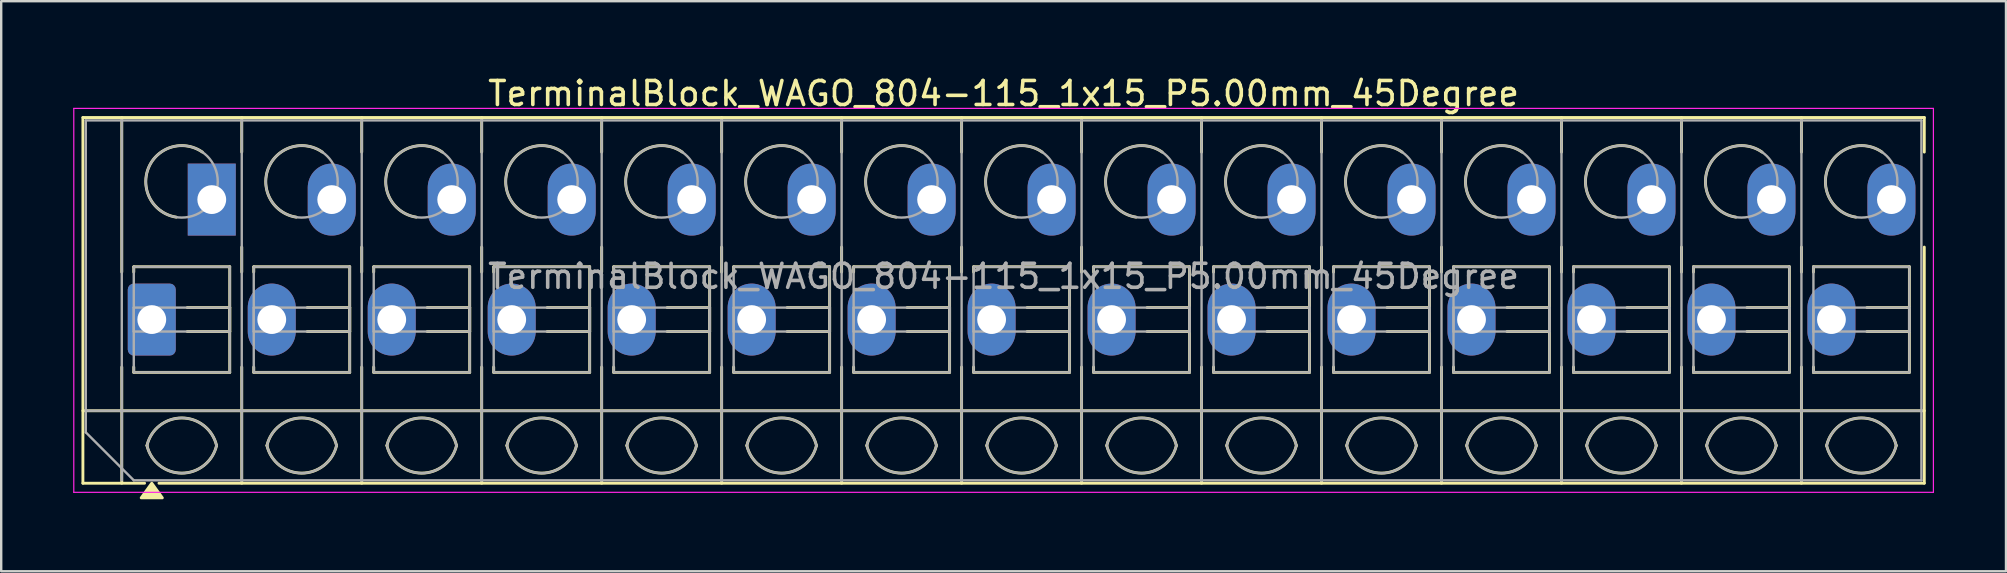
<source format=kicad_pcb>
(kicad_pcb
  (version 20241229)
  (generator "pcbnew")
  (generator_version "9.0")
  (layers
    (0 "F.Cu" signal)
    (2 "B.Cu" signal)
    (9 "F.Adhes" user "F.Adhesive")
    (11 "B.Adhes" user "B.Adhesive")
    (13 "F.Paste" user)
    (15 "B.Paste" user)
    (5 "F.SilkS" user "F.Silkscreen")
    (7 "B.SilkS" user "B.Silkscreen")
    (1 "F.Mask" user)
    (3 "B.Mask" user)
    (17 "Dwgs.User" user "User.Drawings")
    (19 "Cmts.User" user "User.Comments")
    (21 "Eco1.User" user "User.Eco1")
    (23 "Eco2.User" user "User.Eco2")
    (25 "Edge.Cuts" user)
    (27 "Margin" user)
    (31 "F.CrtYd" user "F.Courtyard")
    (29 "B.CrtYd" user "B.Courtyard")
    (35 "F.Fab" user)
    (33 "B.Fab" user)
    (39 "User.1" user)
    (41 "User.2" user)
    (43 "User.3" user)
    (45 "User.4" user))
  (footprint "TerminalBlock_WAGO_804-115_1x15_P5.00mm_45Degree"
    (layer "F.Cu")
    (at 3.275 10.268)
    (property "Reference" "TerminalBlock_WAGO_804-115_1x15_P5.00mm_45Degree" (at 35.5 -9.42 0) (layer "F.SilkS") (effects (font (size 1 1) (thickness 0.15))))
    (attr through_hole)
    (fp_line (start -2.87 -8.42) (end -2.87 6.82) (stroke (width 0.12) (type solid)) (layer "F.SilkS"))
    (fp_line (start -2.87 -8.42) (end 73.87 -8.42) (stroke (width 0.12) (type solid)) (layer "F.SilkS"))
    (fp_line (start -2.87 3.8) (end 73.87 3.8) (stroke (width 0.12) (type solid)) (layer "F.SilkS"))
    (fp_line (start -2.87 6.82) (end -0.3 6.82) (stroke (width 0.12) (type solid)) (layer "F.SilkS"))
    (fp_line (start -1.25 -8.42) (end -1.25 -1.98) (stroke (width 0.12) (type solid)) (layer "F.SilkS"))
    (fp_line (start -1.25 1.98) (end -1.25 6.82) (stroke (width 0.12) (type solid)) (layer "F.SilkS"))
    (fp_line (start -0.75 -2.2) (end -0.75 -1.98) (stroke (width 0.12) (type solid)) (layer "F.SilkS"))
    (fp_line (start -0.75 -2.2) (end 3.25 -2.2) (stroke (width 0.12) (type solid)) (layer "F.SilkS"))
    (fp_line (start -0.75 1.98) (end -0.75 2.2) (stroke (width 0.12) (type solid)) (layer "F.SilkS"))
    (fp_line (start -0.75 2.2) (end 3.25 2.2) (stroke (width 0.12) (type solid)) (layer "F.SilkS"))
    (fp_line (start 0.3 6.82) (end 73.87 6.82) (stroke (width 0.12) (type solid)) (layer "F.SilkS"))
    (fp_line (start 1.48 -0.5) (end 3.25 -0.5) (stroke (width 0.12) (type solid)) (layer "F.SilkS"))
    (fp_line (start 1.48 0.5) (end 3.25 0.5) (stroke (width 0.12) (type solid)) (layer "F.SilkS"))
    (fp_line (start 3.25 -2.2) (end 3.25 2.2) (stroke (width 0.12) (type solid)) (layer "F.SilkS"))
    (fp_line (start 3.25 -0.5) (end 3.25 0.5) (stroke (width 0.12) (type solid)) (layer "F.SilkS"))
    (fp_line (start 3.75 -8.42) (end 3.75 -6.98) (stroke (width 0.12) (type solid)) (layer "F.SilkS"))
    (fp_line (start 3.75 -3.02) (end 3.75 -1.98) (stroke (width 0.12) (type solid)) (layer "F.SilkS"))
    (fp_line (start 3.75 1.98) (end 3.75 6.82) (stroke (width 0.12) (type solid)) (layer "F.SilkS"))
    (fp_line (start 4.25 -2.2) (end 4.25 -1.98) (stroke (width 0.12) (type solid)) (layer "F.SilkS"))
    (fp_line (start 4.25 -2.2) (end 8.25 -2.2) (stroke (width 0.12) (type solid)) (layer "F.SilkS"))
    (fp_line (start 4.25 1.98) (end 4.25 2.2) (stroke (width 0.12) (type solid)) (layer "F.SilkS"))
    (fp_line (start 4.25 2.2) (end 8.25 2.2) (stroke (width 0.12) (type solid)) (layer "F.SilkS"))
    (fp_line (start 6.48 -0.5) (end 8.25 -0.5) (stroke (width 0.12) (type solid)) (layer "F.SilkS"))
    (fp_line (start 6.48 0.5) (end 8.25 0.5) (stroke (width 0.12) (type solid)) (layer "F.SilkS"))
    (fp_line (start 8.25 -2.2) (end 8.25 2.2) (stroke (width 0.12) (type solid)) (layer "F.SilkS"))
    (fp_line (start 8.25 -0.5) (end 8.25 0.5) (stroke (width 0.12) (type solid)) (layer "F.SilkS"))
    (fp_line (start 8.75 -8.42) (end 8.75 -6.98) (stroke (width 0.12) (type solid)) (layer "F.SilkS"))
    (fp_line (start 8.75 -3.02) (end 8.75 -1.98) (stroke (width 0.12) (type solid)) (layer "F.SilkS"))
    (fp_line (start 8.75 1.98) (end 8.75 6.82) (stroke (width 0.12) (type solid)) (layer "F.SilkS"))
    (fp_line (start 9.25 -2.2) (end 9.25 -1.98) (stroke (width 0.12) (type solid)) (layer "F.SilkS"))
    (fp_line (start 9.25 -2.2) (end 13.25 -2.2) (stroke (width 0.12) (type solid)) (layer "F.SilkS"))
    (fp_line (start 9.25 1.98) (end 9.25 2.2) (stroke (width 0.12) (type solid)) (layer "F.SilkS"))
    (fp_line (start 9.25 2.2) (end 13.25 2.2) (stroke (width 0.12) (type solid)) (layer "F.SilkS"))
    (fp_line (start 11.48 -0.5) (end 13.25 -0.5) (stroke (width 0.12) (type solid)) (layer "F.SilkS"))
    (fp_line (start 11.48 0.5) (end 13.25 0.5) (stroke (width 0.12) (type solid)) (layer "F.SilkS"))
    (fp_line (start 13.25 -2.2) (end 13.25 2.2) (stroke (width 0.12) (type solid)) (layer "F.SilkS"))
    (fp_line (start 13.25 -0.5) (end 13.25 0.5) (stroke (width 0.12) (type solid)) (layer "F.SilkS"))
    (fp_line (start 13.75 -8.42) (end 13.75 -6.98) (stroke (width 0.12) (type solid)) (layer "F.SilkS"))
    (fp_line (start 13.75 -3.02) (end 13.75 -1.98) (stroke (width 0.12) (type solid)) (layer "F.SilkS"))
    (fp_line (start 13.75 1.98) (end 13.75 6.82) (stroke (width 0.12) (type solid)) (layer "F.SilkS"))
    (fp_line (start 14.25 -2.2) (end 14.25 -1.98) (stroke (width 0.12) (type solid)) (layer "F.SilkS"))
    (fp_line (start 14.25 -2.2) (end 18.25 -2.2) (stroke (width 0.12) (type solid)) (layer "F.SilkS"))
    (fp_line (start 14.25 1.98) (end 14.25 2.2) (stroke (width 0.12) (type solid)) (layer "F.SilkS"))
    (fp_line (start 14.25 2.2) (end 18.25 2.2) (stroke (width 0.12) (type solid)) (layer "F.SilkS"))
    (fp_line (start 16.48 -0.5) (end 18.25 -0.5) (stroke (width 0.12) (type solid)) (layer "F.SilkS"))
    (fp_line (start 16.48 0.5) (end 18.25 0.5) (stroke (width 0.12) (type solid)) (layer "F.SilkS"))
    (fp_line (start 18.25 -2.2) (end 18.25 2.2) (stroke (width 0.12) (type solid)) (layer "F.SilkS"))
    (fp_line (start 18.25 -0.5) (end 18.25 0.5) (stroke (width 0.12) (type solid)) (layer "F.SilkS"))
    (fp_line (start 18.75 -8.42) (end 18.75 -6.98) (stroke (width 0.12) (type solid)) (layer "F.SilkS"))
    (fp_line (start 18.75 -3.02) (end 18.75 -1.98) (stroke (width 0.12) (type solid)) (layer "F.SilkS"))
    (fp_line (start 18.75 1.98) (end 18.75 6.82) (stroke (width 0.12) (type solid)) (layer "F.SilkS"))
    (fp_line (start 19.25 -2.2) (end 19.25 -1.98) (stroke (width 0.12) (type solid)) (layer "F.SilkS"))
    (fp_line (start 19.25 -2.2) (end 23.25 -2.2) (stroke (width 0.12) (type solid)) (layer "F.SilkS"))
    (fp_line (start 19.25 1.98) (end 19.25 2.2) (stroke (width 0.12) (type solid)) (layer "F.SilkS"))
    (fp_line (start 19.25 2.2) (end 23.25 2.2) (stroke (width 0.12) (type solid)) (layer "F.SilkS"))
    (fp_line (start 21.48 -0.5) (end 23.25 -0.5) (stroke (width 0.12) (type solid)) (layer "F.SilkS"))
    (fp_line (start 21.48 0.5) (end 23.25 0.5) (stroke (width 0.12) (type solid)) (layer "F.SilkS"))
    (fp_line (start 23.25 -2.2) (end 23.25 2.2) (stroke (width 0.12) (type solid)) (layer "F.SilkS"))
    (fp_line (start 23.25 -0.5) (end 23.25 0.5) (stroke (width 0.12) (type solid)) (layer "F.SilkS"))
    (fp_line (start 23.75 -8.42) (end 23.75 -6.98) (stroke (width 0.12) (type solid)) (layer "F.SilkS"))
    (fp_line (start 23.75 -3.02) (end 23.75 -1.98) (stroke (width 0.12) (type solid)) (layer "F.SilkS"))
    (fp_line (start 23.75 1.98) (end 23.75 6.82) (stroke (width 0.12) (type solid)) (layer "F.SilkS"))
    (fp_line (start 24.25 -2.2) (end 24.25 -1.98) (stroke (width 0.12) (type solid)) (layer "F.SilkS"))
    (fp_line (start 24.25 -2.2) (end 28.25 -2.2) (stroke (width 0.12) (type solid)) (layer "F.SilkS"))
    (fp_line (start 24.25 1.98) (end 24.25 2.2) (stroke (width 0.12) (type solid)) (layer "F.SilkS"))
    (fp_line (start 24.25 2.2) (end 28.25 2.2) (stroke (width 0.12) (type solid)) (layer "F.SilkS"))
    (fp_line (start 26.48 -0.5) (end 28.25 -0.5) (stroke (width 0.12) (type solid)) (layer "F.SilkS"))
    (fp_line (start 26.48 0.5) (end 28.25 0.5) (stroke (width 0.12) (type solid)) (layer "F.SilkS"))
    (fp_line (start 28.25 -2.2) (end 28.25 2.2) (stroke (width 0.12) (type solid)) (layer "F.SilkS"))
    (fp_line (start 28.25 -0.5) (end 28.25 0.5) (stroke (width 0.12) (type solid)) (layer "F.SilkS"))
    (fp_line (start 28.75 -8.42) (end 28.75 -6.98) (stroke (width 0.12) (type solid)) (layer "F.SilkS"))
    (fp_line (start 28.75 -3.02) (end 28.75 -1.98) (stroke (width 0.12) (type solid)) (layer "F.SilkS"))
    (fp_line (start 28.75 1.98) (end 28.75 6.82) (stroke (width 0.12) (type solid)) (layer "F.SilkS"))
    (fp_line (start 29.25 -2.2) (end 29.25 -1.98) (stroke (width 0.12) (type solid)) (layer "F.SilkS"))
    (fp_line (start 29.25 -2.2) (end 33.25 -2.2) (stroke (width 0.12) (type solid)) (layer "F.SilkS"))
    (fp_line (start 29.25 1.98) (end 29.25 2.2) (stroke (width 0.12) (type solid)) (layer "F.SilkS"))
    (fp_line (start 29.25 2.2) (end 33.25 2.2) (stroke (width 0.12) (type solid)) (layer "F.SilkS"))
    (fp_line (start 31.48 -0.5) (end 33.25 -0.5) (stroke (width 0.12) (type solid)) (layer "F.SilkS"))
    (fp_line (start 31.48 0.5) (end 33.25 0.5) (stroke (width 0.12) (type solid)) (layer "F.SilkS"))
    (fp_line (start 33.25 -2.2) (end 33.25 2.2) (stroke (width 0.12) (type solid)) (layer "F.SilkS"))
    (fp_line (start 33.25 -0.5) (end 33.25 0.5) (stroke (width 0.12) (type solid)) (layer "F.SilkS"))
    (fp_line (start 33.75 -8.42) (end 33.75 -6.98) (stroke (width 0.12) (type solid)) (layer "F.SilkS"))
    (fp_line (start 33.75 -3.02) (end 33.75 -1.98) (stroke (width 0.12) (type solid)) (layer "F.SilkS"))
    (fp_line (start 33.75 1.98) (end 33.75 6.82) (stroke (width 0.12) (type solid)) (layer "F.SilkS"))
    (fp_line (start 34.25 -2.2) (end 34.25 -1.98) (stroke (width 0.12) (type solid)) (layer "F.SilkS"))
    (fp_line (start 34.25 -2.2) (end 38.25 -2.2) (stroke (width 0.12) (type solid)) (layer "F.SilkS"))
    (fp_line (start 34.25 1.98) (end 34.25 2.2) (stroke (width 0.12) (type solid)) (layer "F.SilkS"))
    (fp_line (start 34.25 2.2) (end 38.25 2.2) (stroke (width 0.12) (type solid)) (layer "F.SilkS"))
    (fp_line (start 36.48 -0.5) (end 38.25 -0.5) (stroke (width 0.12) (type solid)) (layer "F.SilkS"))
    (fp_line (start 36.48 0.5) (end 38.25 0.5) (stroke (width 0.12) (type solid)) (layer "F.SilkS"))
    (fp_line (start 38.25 -2.2) (end 38.25 2.2) (stroke (width 0.12) (type solid)) (layer "F.SilkS"))
    (fp_line (start 38.25 -0.5) (end 38.25 0.5) (stroke (width 0.12) (type solid)) (layer "F.SilkS"))
    (fp_line (start 38.75 -8.42) (end 38.75 -6.98) (stroke (width 0.12) (type solid)) (layer "F.SilkS"))
    (fp_line (start 38.75 -3.02) (end 38.75 -1.98) (stroke (width 0.12) (type solid)) (layer "F.SilkS"))
    (fp_line (start 38.75 1.98) (end 38.75 6.82) (stroke (width 0.12) (type solid)) (layer "F.SilkS"))
    (fp_line (start 39.25 -2.2) (end 39.25 -1.98) (stroke (width 0.12) (type solid)) (layer "F.SilkS"))
    (fp_line (start 39.25 -2.2) (end 43.25 -2.2) (stroke (width 0.12) (type solid)) (layer "F.SilkS"))
    (fp_line (start 39.25 1.98) (end 39.25 2.2) (stroke (width 0.12) (type solid)) (layer "F.SilkS"))
    (fp_line (start 39.25 2.2) (end 43.25 2.2) (stroke (width 0.12) (type solid)) (layer "F.SilkS"))
    (fp_line (start 41.48 -0.5) (end 43.25 -0.5) (stroke (width 0.12) (type solid)) (layer "F.SilkS"))
    (fp_line (start 41.48 0.5) (end 43.25 0.5) (stroke (width 0.12) (type solid)) (layer "F.SilkS"))
    (fp_line (start 43.25 -2.2) (end 43.25 2.2) (stroke (width 0.12) (type solid)) (layer "F.SilkS"))
    (fp_line (start 43.25 -0.5) (end 43.25 0.5) (stroke (width 0.12) (type solid)) (layer "F.SilkS"))
    (fp_line (start 43.75 -8.42) (end 43.75 -6.98) (stroke (width 0.12) (type solid)) (layer "F.SilkS"))
    (fp_line (start 43.75 -3.02) (end 43.75 -1.98) (stroke (width 0.12) (type solid)) (layer "F.SilkS"))
    (fp_line (start 43.75 1.98) (end 43.75 6.82) (stroke (width 0.12) (type solid)) (layer "F.SilkS"))
    (fp_line (start 44.25 -2.2) (end 44.25 -1.98) (stroke (width 0.12) (type solid)) (layer "F.SilkS"))
    (fp_line (start 44.25 -2.2) (end 48.25 -2.2) (stroke (width 0.12) (type solid)) (layer "F.SilkS"))
    (fp_line (start 44.25 1.98) (end 44.25 2.2) (stroke (width 0.12) (type solid)) (layer "F.SilkS"))
    (fp_line (start 44.25 2.2) (end 48.25 2.2) (stroke (width 0.12) (type solid)) (layer "F.SilkS"))
    (fp_line (start 46.48 -0.5) (end 48.25 -0.5) (stroke (width 0.12) (type solid)) (layer "F.SilkS"))
    (fp_line (start 46.48 0.5) (end 48.25 0.5) (stroke (width 0.12) (type solid)) (layer "F.SilkS"))
    (fp_line (start 48.25 -2.2) (end 48.25 2.2) (stroke (width 0.12) (type solid)) (layer "F.SilkS"))
    (fp_line (start 48.25 -0.5) (end 48.25 0.5) (stroke (width 0.12) (type solid)) (layer "F.SilkS"))
    (fp_line (start 48.75 -8.42) (end 48.75 -6.98) (stroke (width 0.12) (type solid)) (layer "F.SilkS"))
    (fp_line (start 48.75 -3.02) (end 48.75 -1.98) (stroke (width 0.12) (type solid)) (layer "F.SilkS"))
    (fp_line (start 48.75 1.98) (end 48.75 6.82) (stroke (width 0.12) (type solid)) (layer "F.SilkS"))
    (fp_line (start 49.25 -2.2) (end 49.25 -1.98) (stroke (width 0.12) (type solid)) (layer "F.SilkS"))
    (fp_line (start 49.25 -2.2) (end 53.25 -2.2) (stroke (width 0.12) (type solid)) (layer "F.SilkS"))
    (fp_line (start 49.25 1.98) (end 49.25 2.2) (stroke (width 0.12) (type solid)) (layer "F.SilkS"))
    (fp_line (start 49.25 2.2) (end 53.25 2.2) (stroke (width 0.12) (type solid)) (layer "F.SilkS"))
    (fp_line (start 51.48 -0.5) (end 53.25 -0.5) (stroke (width 0.12) (type solid)) (layer "F.SilkS"))
    (fp_line (start 51.48 0.5) (end 53.25 0.5) (stroke (width 0.12) (type solid)) (layer "F.SilkS"))
    (fp_line (start 53.25 -2.2) (end 53.25 2.2) (stroke (width 0.12) (type solid)) (layer "F.SilkS"))
    (fp_line (start 53.25 -0.5) (end 53.25 0.5) (stroke (width 0.12) (type solid)) (layer "F.SilkS"))
    (fp_line (start 53.75 -8.42) (end 53.75 -6.98) (stroke (width 0.12) (type solid)) (layer "F.SilkS"))
    (fp_line (start 53.75 -3.02) (end 53.75 -1.98) (stroke (width 0.12) (type solid)) (layer "F.SilkS"))
    (fp_line (start 53.75 1.98) (end 53.75 6.82) (stroke (width 0.12) (type solid)) (layer "F.SilkS"))
    (fp_line (start 54.25 -2.2) (end 54.25 -1.98) (stroke (width 0.12) (type solid)) (layer "F.SilkS"))
    (fp_line (start 54.25 -2.2) (end 58.25 -2.2) (stroke (width 0.12) (type solid)) (layer "F.SilkS"))
    (fp_line (start 54.25 1.98) (end 54.25 2.2) (stroke (width 0.12) (type solid)) (layer "F.SilkS"))
    (fp_line (start 54.25 2.2) (end 58.25 2.2) (stroke (width 0.12) (type solid)) (layer "F.SilkS"))
    (fp_line (start 56.48 -0.5) (end 58.25 -0.5) (stroke (width 0.12) (type solid)) (layer "F.SilkS"))
    (fp_line (start 56.48 0.5) (end 58.25 0.5) (stroke (width 0.12) (type solid)) (layer "F.SilkS"))
    (fp_line (start 58.25 -2.2) (end 58.25 2.2) (stroke (width 0.12) (type solid)) (layer "F.SilkS"))
    (fp_line (start 58.25 -0.5) (end 58.25 0.5) (stroke (width 0.12) (type solid)) (layer "F.SilkS"))
    (fp_line (start 58.75 -8.42) (end 58.75 -6.98) (stroke (width 0.12) (type solid)) (layer "F.SilkS"))
    (fp_line (start 58.75 -3.02) (end 58.75 -1.98) (stroke (width 0.12) (type solid)) (layer "F.SilkS"))
    (fp_line (start 58.75 1.98) (end 58.75 6.82) (stroke (width 0.12) (type solid)) (layer "F.SilkS"))
    (fp_line (start 59.25 -2.2) (end 59.25 -1.98) (stroke (width 0.12) (type solid)) (layer "F.SilkS"))
    (fp_line (start 59.25 -2.2) (end 63.25 -2.2) (stroke (width 0.12) (type solid)) (layer "F.SilkS"))
    (fp_line (start 59.25 1.98) (end 59.25 2.2) (stroke (width 0.12) (type solid)) (layer "F.SilkS"))
    (fp_line (start 59.25 2.2) (end 63.25 2.2) (stroke (width 0.12) (type solid)) (layer "F.SilkS"))
    (fp_line (start 61.48 -0.5) (end 63.25 -0.5) (stroke (width 0.12) (type solid)) (layer "F.SilkS"))
    (fp_line (start 61.48 0.5) (end 63.25 0.5) (stroke (width 0.12) (type solid)) (layer "F.SilkS"))
    (fp_line (start 63.25 -2.2) (end 63.25 2.2) (stroke (width 0.12) (type solid)) (layer "F.SilkS"))
    (fp_line (start 63.25 -0.5) (end 63.25 0.5) (stroke (width 0.12) (type solid)) (layer "F.SilkS"))
    (fp_line (start 63.75 -8.42) (end 63.75 -6.98) (stroke (width 0.12) (type solid)) (layer "F.SilkS"))
    (fp_line (start 63.75 -3.02) (end 63.75 -1.98) (stroke (width 0.12) (type solid)) (layer "F.SilkS"))
    (fp_line (start 63.75 1.98) (end 63.75 6.82) (stroke (width 0.12) (type solid)) (layer "F.SilkS"))
    (fp_line (start 64.25 -2.2) (end 64.25 -1.98) (stroke (width 0.12) (type solid)) (layer "F.SilkS"))
    (fp_line (start 64.25 -2.2) (end 68.25 -2.2) (stroke (width 0.12) (type solid)) (layer "F.SilkS"))
    (fp_line (start 64.25 1.98) (end 64.25 2.2) (stroke (width 0.12) (type solid)) (layer "F.SilkS"))
    (fp_line (start 64.25 2.2) (end 68.25 2.2) (stroke (width 0.12) (type solid)) (layer "F.SilkS"))
    (fp_line (start 66.48 -0.5) (end 68.25 -0.5) (stroke (width 0.12) (type solid)) (layer "F.SilkS"))
    (fp_line (start 66.48 0.5) (end 68.25 0.5) (stroke (width 0.12) (type solid)) (layer "F.SilkS"))
    (fp_line (start 68.25 -2.2) (end 68.25 2.2) (stroke (width 0.12) (type solid)) (layer "F.SilkS"))
    (fp_line (start 68.25 -0.5) (end 68.25 0.5) (stroke (width 0.12) (type solid)) (layer "F.SilkS"))
    (fp_line (start 68.75 -8.42) (end 68.75 -6.98) (stroke (width 0.12) (type solid)) (layer "F.SilkS"))
    (fp_line (start 68.75 -3.02) (end 68.75 -1.98) (stroke (width 0.12) (type solid)) (layer "F.SilkS"))
    (fp_line (start 68.75 1.98) (end 68.75 6.82) (stroke (width 0.12) (type solid)) (layer "F.SilkS"))
    (fp_line (start 69.25 -2.2) (end 69.25 -1.98) (stroke (width 0.12) (type solid)) (layer "F.SilkS"))
    (fp_line (start 69.25 -2.2) (end 73.25 -2.2) (stroke (width 0.12) (type solid)) (layer "F.SilkS"))
    (fp_line (start 69.25 1.98) (end 69.25 2.2) (stroke (width 0.12) (type solid)) (layer "F.SilkS"))
    (fp_line (start 69.25 2.2) (end 73.25 2.2) (stroke (width 0.12) (type solid)) (layer "F.SilkS"))
    (fp_line (start 71.48 -0.5) (end 73.25 -0.5) (stroke (width 0.12) (type solid)) (layer "F.SilkS"))
    (fp_line (start 71.48 0.5) (end 73.25 0.5) (stroke (width 0.12) (type solid)) (layer "F.SilkS"))
    (fp_line (start 73.25 -2.2) (end 73.25 2.2) (stroke (width 0.12) (type solid)) (layer "F.SilkS"))
    (fp_line (start 73.25 -0.5) (end 73.25 0.5) (stroke (width 0.12) (type solid)) (layer "F.SilkS"))
    (fp_line (start 73.87 -8.42) (end 73.87 -6.98) (stroke (width 0.12) (type solid)) (layer "F.SilkS"))
    (fp_line (start 73.87 -3.02) (end 73.87 6.82) (stroke (width 0.12) (type solid)) (layer "F.SilkS"))
    (fp_arc (start -0.2 5.25) (mid 1.25 4.1) (end 2.7 5.25) (stroke (width 0.12) (type solid)) (layer "F.SilkS"))
    (fp_arc (start 1.02 -4.268) (mid -0.141916 -6.309209) (end 2.109 -6.98) (stroke (width 0.12) (type solid)) (layer "F.SilkS"))
    (fp_arc (start 2.7 5.25) (mid 1.25 6.4) (end -0.2 5.25) (stroke (width 0.12) (type solid)) (layer "F.SilkS"))
    (fp_arc (start 4.8 5.25) (mid 6.25 4.1) (end 7.7 5.25) (stroke (width 0.12) (type solid)) (layer "F.SilkS"))
    (fp_arc (start 6.02 -4.268) (mid 4.858084 -6.309209) (end 7.109 -6.98) (stroke (width 0.12) (type solid)) (layer "F.SilkS"))
    (fp_arc (start 7.7 5.25) (mid 6.25 6.4) (end 4.8 5.25) (stroke (width 0.12) (type solid)) (layer "F.SilkS"))
    (fp_arc (start 9.8 5.25) (mid 11.25 4.1) (end 12.7 5.25) (stroke (width 0.12) (type solid)) (layer "F.SilkS"))
    (fp_arc (start 11.02 -4.268) (mid 9.858084 -6.309209) (end 12.109 -6.98) (stroke (width 0.12) (type solid)) (layer "F.SilkS"))
    (fp_arc (start 12.7 5.25) (mid 11.25 6.4) (end 9.8 5.25) (stroke (width 0.12) (type solid)) (layer "F.SilkS"))
    (fp_arc (start 14.8 5.25) (mid 16.25 4.1) (end 17.7 5.25) (stroke (width 0.12) (type solid)) (layer "F.SilkS"))
    (fp_arc (start 16.02 -4.268) (mid 14.858084 -6.309209) (end 17.109 -6.98) (stroke (width 0.12) (type solid)) (layer "F.SilkS"))
    (fp_arc (start 17.7 5.25) (mid 16.25 6.4) (end 14.8 5.25) (stroke (width 0.12) (type solid)) (layer "F.SilkS"))
    (fp_arc (start 19.8 5.25) (mid 21.25 4.1) (end 22.7 5.25) (stroke (width 0.12) (type solid)) (layer "F.SilkS"))
    (fp_arc (start 21.02 -4.268) (mid 19.858084 -6.309209) (end 22.109 -6.98) (stroke (width 0.12) (type solid)) (layer "F.SilkS"))
    (fp_arc (start 22.7 5.25) (mid 21.25 6.4) (end 19.8 5.25) (stroke (width 0.12) (type solid)) (layer "F.SilkS"))
    (fp_arc (start 24.8 5.25) (mid 26.25 4.1) (end 27.7 5.25) (stroke (width 0.12) (type solid)) (layer "F.SilkS"))
    (fp_arc (start 26.02 -4.268) (mid 24.858084 -6.309209) (end 27.109 -6.98) (stroke (width 0.12) (type solid)) (layer "F.SilkS"))
    (fp_arc (start 27.7 5.25) (mid 26.25 6.4) (end 24.8 5.25) (stroke (width 0.12) (type solid)) (layer "F.SilkS"))
    (fp_arc (start 29.8 5.25) (mid 31.25 4.1) (end 32.7 5.25) (stroke (width 0.12) (type solid)) (layer "F.SilkS"))
    (fp_arc (start 31.02 -4.268) (mid 29.858084 -6.309209) (end 32.109 -6.98) (stroke (width 0.12) (type solid)) (layer "F.SilkS"))
    (fp_arc (start 32.7 5.25) (mid 31.25 6.4) (end 29.8 5.25) (stroke (width 0.12) (type solid)) (layer "F.SilkS"))
    (fp_arc (start 34.8 5.25) (mid 36.25 4.1) (end 37.7 5.25) (stroke (width 0.12) (type solid)) (layer "F.SilkS"))
    (fp_arc (start 36.02 -4.268) (mid 34.858084 -6.309209) (end 37.109 -6.98) (stroke (width 0.12) (type solid)) (layer "F.SilkS"))
    (fp_arc (start 37.7 5.25) (mid 36.25 6.4) (end 34.8 5.25) (stroke (width 0.12) (type solid)) (layer "F.SilkS"))
    (fp_arc (start 39.8 5.25) (mid 41.25 4.1) (end 42.7 5.25) (stroke (width 0.12) (type solid)) (layer "F.SilkS"))
    (fp_arc (start 41.02 -4.268) (mid 39.858084 -6.309209) (end 42.109 -6.98) (stroke (width 0.12) (type solid)) (layer "F.SilkS"))
    (fp_arc (start 42.7 5.25) (mid 41.25 6.4) (end 39.8 5.25) (stroke (width 0.12) (type solid)) (layer "F.SilkS"))
    (fp_arc (start 44.8 5.25) (mid 46.25 4.1) (end 47.7 5.25) (stroke (width 0.12) (type solid)) (layer "F.SilkS"))
    (fp_arc (start 46.02 -4.268) (mid 44.858084 -6.309209) (end 47.109 -6.98) (stroke (width 0.12) (type solid)) (layer "F.SilkS"))
    (fp_arc (start 47.7 5.25) (mid 46.25 6.4) (end 44.8 5.25) (stroke (width 0.12) (type solid)) (layer "F.SilkS"))
    (fp_arc (start 49.8 5.25) (mid 51.25 4.1) (end 52.7 5.25) (stroke (width 0.12) (type solid)) (layer "F.SilkS"))
    (fp_arc (start 51.02 -4.268) (mid 49.858084 -6.309209) (end 52.109 -6.98) (stroke (width 0.12) (type solid)) (layer "F.SilkS"))
    (fp_arc (start 52.7 5.25) (mid 51.25 6.4) (end 49.8 5.25) (stroke (width 0.12) (type solid)) (layer "F.SilkS"))
    (fp_arc (start 54.8 5.25) (mid 56.25 4.1) (end 57.7 5.25) (stroke (width 0.12) (type solid)) (layer "F.SilkS"))
    (fp_arc (start 56.02 -4.268) (mid 54.858084 -6.309209) (end 57.109 -6.98) (stroke (width 0.12) (type solid)) (layer "F.SilkS"))
    (fp_arc (start 57.7 5.25) (mid 56.25 6.4) (end 54.8 5.25) (stroke (width 0.12) (type solid)) (layer "F.SilkS"))
    (fp_arc (start 59.8 5.25) (mid 61.25 4.1) (end 62.7 5.25) (stroke (width 0.12) (type solid)) (layer "F.SilkS"))
    (fp_arc (start 61.02 -4.268) (mid 59.858084 -6.309209) (end 62.109 -6.98) (stroke (width 0.12) (type solid)) (layer "F.SilkS"))
    (fp_arc (start 62.7 5.25) (mid 61.25 6.4) (end 59.8 5.25) (stroke (width 0.12) (type solid)) (layer "F.SilkS"))
    (fp_arc (start 64.8 5.25) (mid 66.25 4.1) (end 67.7 5.25) (stroke (width 0.12) (type solid)) (layer "F.SilkS"))
    (fp_arc (start 66.02 -4.268) (mid 64.858084 -6.309209) (end 67.109 -6.98) (stroke (width 0.12) (type solid)) (layer "F.SilkS"))
    (fp_arc (start 67.7 5.25) (mid 66.25 6.4) (end 64.8 5.25) (stroke (width 0.12) (type solid)) (layer "F.SilkS"))
    (fp_arc (start 69.8 5.25) (mid 71.25 4.1) (end 72.7 5.25) (stroke (width 0.12) (type solid)) (layer "F.SilkS"))
    (fp_arc (start 71.02 -4.268) (mid 69.858084 -6.309209) (end 72.109 -6.98) (stroke (width 0.12) (type solid)) (layer "F.SilkS"))
    (fp_arc (start 72.7 5.25) (mid 71.25 6.4) (end 69.8 5.25) (stroke (width 0.12) (type solid)) (layer "F.SilkS"))
    (fp_poly (pts (xy 0 6.82) (xy 0.44 7.43) (xy -0.44 7.43)) (stroke (width 0.12) (type solid)) (fill yes) (layer "F.SilkS"))
    (fp_line (start -3.25 -8.8) (end -3.25 7.2) (stroke (width 0.05) (type solid)) (layer "F.CrtYd"))
    (fp_line (start -3.25 7.2) (end 74.25 7.2) (stroke (width 0.05) (type solid)) (layer "F.CrtYd"))
    (fp_line (start 74.25 -8.8) (end -3.25 -8.8) (stroke (width 0.05) (type solid)) (layer "F.CrtYd"))
    (fp_line (start 74.25 7.2) (end 74.25 -8.8) (stroke (width 0.05) (type solid)) (layer "F.CrtYd"))
    (fp_line (start -2.75 -8.3) (end 73.75 -8.3) (stroke (width 0.1) (type solid)) (layer "F.Fab"))
    (fp_line (start -2.75 3.8) (end 73.75 3.8) (stroke (width 0.1) (type solid)) (layer "F.Fab"))
    (fp_line (start -2.75 4.7) (end -2.75 -8.3) (stroke (width 0.1) (type solid)) (layer "F.Fab"))
    (fp_line (start -1.25 -8.3) (end -1.25 6.7) (stroke (width 0.1) (type solid)) (layer "F.Fab"))
    (fp_line (start -0.75 -2.2) (end -0.75 2.2) (stroke (width 0.1) (type solid)) (layer "F.Fab"))
    (fp_line (start -0.75 -0.5) (end -0.75 0.5) (stroke (width 0.1) (type solid)) (layer "F.Fab"))
    (fp_line (start -0.75 0.5) (end 3.25 0.5) (stroke (width 0.1) (type solid)) (layer "F.Fab"))
    (fp_line (start -0.75 2.2) (end 3.25 2.2) (stroke (width 0.1) (type solid)) (layer "F.Fab"))
    (fp_line (start -0.75 6.7) (end -2.75 4.7) (stroke (width 0.1) (type solid)) (layer "F.Fab"))
    (fp_line (start 3.25 -2.2) (end -0.75 -2.2) (stroke (width 0.1) (type solid)) (layer "F.Fab"))
    (fp_line (start 3.25 -0.5) (end -0.75 -0.5) (stroke (width 0.1) (type solid)) (layer "F.Fab"))
    (fp_line (start 3.25 0.5) (end 3.25 -0.5) (stroke (width 0.1) (type solid)) (layer "F.Fab"))
    (fp_line (start 3.25 2.2) (end 3.25 -2.2) (stroke (width 0.1) (type solid)) (layer "F.Fab"))
    (fp_line (start 3.75 -8.3) (end 3.75 6.7) (stroke (width 0.1) (type solid)) (layer "F.Fab"))
    (fp_line (start 4.25 -2.2) (end 4.25 2.2) (stroke (width 0.1) (type solid)) (layer "F.Fab"))
    (fp_line (start 4.25 -0.5) (end 4.25 0.5) (stroke (width 0.1) (type solid)) (layer "F.Fab"))
    (fp_line (start 4.25 0.5) (end 8.25 0.5) (stroke (width 0.1) (type solid)) (layer "F.Fab"))
    (fp_line (start 4.25 2.2) (end 8.25 2.2) (stroke (width 0.1) (type solid)) (layer "F.Fab"))
    (fp_line (start 8.25 -2.2) (end 4.25 -2.2) (stroke (width 0.1) (type solid)) (layer "F.Fab"))
    (fp_line (start 8.25 -0.5) (end 4.25 -0.5) (stroke (width 0.1) (type solid)) (layer "F.Fab"))
    (fp_line (start 8.25 0.5) (end 8.25 -0.5) (stroke (width 0.1) (type solid)) (layer "F.Fab"))
    (fp_line (start 8.25 2.2) (end 8.25 -2.2) (stroke (width 0.1) (type solid)) (layer "F.Fab"))
    (fp_line (start 8.75 -8.3) (end 8.75 6.7) (stroke (width 0.1) (type solid)) (layer "F.Fab"))
    (fp_line (start 9.25 -2.2) (end 9.25 2.2) (stroke (width 0.1) (type solid)) (layer "F.Fab"))
    (fp_line (start 9.25 -0.5) (end 9.25 0.5) (stroke (width 0.1) (type solid)) (layer "F.Fab"))
    (fp_line (start 9.25 0.5) (end 13.25 0.5) (stroke (width 0.1) (type solid)) (layer "F.Fab"))
    (fp_line (start 9.25 2.2) (end 13.25 2.2) (stroke (width 0.1) (type solid)) (layer "F.Fab"))
    (fp_line (start 13.25 -2.2) (end 9.25 -2.2) (stroke (width 0.1) (type solid)) (layer "F.Fab"))
    (fp_line (start 13.25 -0.5) (end 9.25 -0.5) (stroke (width 0.1) (type solid)) (layer "F.Fab"))
    (fp_line (start 13.25 0.5) (end 13.25 -0.5) (stroke (width 0.1) (type solid)) (layer "F.Fab"))
    (fp_line (start 13.25 2.2) (end 13.25 -2.2) (stroke (width 0.1) (type solid)) (layer "F.Fab"))
    (fp_line (start 13.75 -8.3) (end 13.75 6.7) (stroke (width 0.1) (type solid)) (layer "F.Fab"))
    (fp_line (start 14.25 -2.2) (end 14.25 2.2) (stroke (width 0.1) (type solid)) (layer "F.Fab"))
    (fp_line (start 14.25 -0.5) (end 14.25 0.5) (stroke (width 0.1) (type solid)) (layer "F.Fab"))
    (fp_line (start 14.25 0.5) (end 18.25 0.5) (stroke (width 0.1) (type solid)) (layer "F.Fab"))
    (fp_line (start 14.25 2.2) (end 18.25 2.2) (stroke (width 0.1) (type solid)) (layer "F.Fab"))
    (fp_line (start 18.25 -2.2) (end 14.25 -2.2) (stroke (width 0.1) (type solid)) (layer "F.Fab"))
    (fp_line (start 18.25 -0.5) (end 14.25 -0.5) (stroke (width 0.1) (type solid)) (layer "F.Fab"))
    (fp_line (start 18.25 0.5) (end 18.25 -0.5) (stroke (width 0.1) (type solid)) (layer "F.Fab"))
    (fp_line (start 18.25 2.2) (end 18.25 -2.2) (stroke (width 0.1) (type solid)) (layer "F.Fab"))
    (fp_line (start 18.75 -8.3) (end 18.75 6.7) (stroke (width 0.1) (type solid)) (layer "F.Fab"))
    (fp_line (start 19.25 -2.2) (end 19.25 2.2) (stroke (width 0.1) (type solid)) (layer "F.Fab"))
    (fp_line (start 19.25 -0.5) (end 19.25 0.5) (stroke (width 0.1) (type solid)) (layer "F.Fab"))
    (fp_line (start 19.25 0.5) (end 23.25 0.5) (stroke (width 0.1) (type solid)) (layer "F.Fab"))
    (fp_line (start 19.25 2.2) (end 23.25 2.2) (stroke (width 0.1) (type solid)) (layer "F.Fab"))
    (fp_line (start 23.25 -2.2) (end 19.25 -2.2) (stroke (width 0.1) (type solid)) (layer "F.Fab"))
    (fp_line (start 23.25 -0.5) (end 19.25 -0.5) (stroke (width 0.1) (type solid)) (layer "F.Fab"))
    (fp_line (start 23.25 0.5) (end 23.25 -0.5) (stroke (width 0.1) (type solid)) (layer "F.Fab"))
    (fp_line (start 23.25 2.2) (end 23.25 -2.2) (stroke (width 0.1) (type solid)) (layer "F.Fab"))
    (fp_line (start 23.75 -8.3) (end 23.75 6.7) (stroke (width 0.1) (type solid)) (layer "F.Fab"))
    (fp_line (start 24.25 -2.2) (end 24.25 2.2) (stroke (width 0.1) (type solid)) (layer "F.Fab"))
    (fp_line (start 24.25 -0.5) (end 24.25 0.5) (stroke (width 0.1) (type solid)) (layer "F.Fab"))
    (fp_line (start 24.25 0.5) (end 28.25 0.5) (stroke (width 0.1) (type solid)) (layer "F.Fab"))
    (fp_line (start 24.25 2.2) (end 28.25 2.2) (stroke (width 0.1) (type solid)) (layer "F.Fab"))
    (fp_line (start 28.25 -2.2) (end 24.25 -2.2) (stroke (width 0.1) (type solid)) (layer "F.Fab"))
    (fp_line (start 28.25 -0.5) (end 24.25 -0.5) (stroke (width 0.1) (type solid)) (layer "F.Fab"))
    (fp_line (start 28.25 0.5) (end 28.25 -0.5) (stroke (width 0.1) (type solid)) (layer "F.Fab"))
    (fp_line (start 28.25 2.2) (end 28.25 -2.2) (stroke (width 0.1) (type solid)) (layer "F.Fab"))
    (fp_line (start 28.75 -8.3) (end 28.75 6.7) (stroke (width 0.1) (type solid)) (layer "F.Fab"))
    (fp_line (start 29.25 -2.2) (end 29.25 2.2) (stroke (width 0.1) (type solid)) (layer "F.Fab"))
    (fp_line (start 29.25 -0.5) (end 29.25 0.5) (stroke (width 0.1) (type solid)) (layer "F.Fab"))
    (fp_line (start 29.25 0.5) (end 33.25 0.5) (stroke (width 0.1) (type solid)) (layer "F.Fab"))
    (fp_line (start 29.25 2.2) (end 33.25 2.2) (stroke (width 0.1) (type solid)) (layer "F.Fab"))
    (fp_line (start 33.25 -2.2) (end 29.25 -2.2) (stroke (width 0.1) (type solid)) (layer "F.Fab"))
    (fp_line (start 33.25 -0.5) (end 29.25 -0.5) (stroke (width 0.1) (type solid)) (layer "F.Fab"))
    (fp_line (start 33.25 0.5) (end 33.25 -0.5) (stroke (width 0.1) (type solid)) (layer "F.Fab"))
    (fp_line (start 33.25 2.2) (end 33.25 -2.2) (stroke (width 0.1) (type solid)) (layer "F.Fab"))
    (fp_line (start 33.75 -8.3) (end 33.75 6.7) (stroke (width 0.1) (type solid)) (layer "F.Fab"))
    (fp_line (start 34.25 -2.2) (end 34.25 2.2) (stroke (width 0.1) (type solid)) (layer "F.Fab"))
    (fp_line (start 34.25 -0.5) (end 34.25 0.5) (stroke (width 0.1) (type solid)) (layer "F.Fab"))
    (fp_line (start 34.25 0.5) (end 38.25 0.5) (stroke (width 0.1) (type solid)) (layer "F.Fab"))
    (fp_line (start 34.25 2.2) (end 38.25 2.2) (stroke (width 0.1) (type solid)) (layer "F.Fab"))
    (fp_line (start 38.25 -2.2) (end 34.25 -2.2) (stroke (width 0.1) (type solid)) (layer "F.Fab"))
    (fp_line (start 38.25 -0.5) (end 34.25 -0.5) (stroke (width 0.1) (type solid)) (layer "F.Fab"))
    (fp_line (start 38.25 0.5) (end 38.25 -0.5) (stroke (width 0.1) (type solid)) (layer "F.Fab"))
    (fp_line (start 38.25 2.2) (end 38.25 -2.2) (stroke (width 0.1) (type solid)) (layer "F.Fab"))
    (fp_line (start 38.75 -8.3) (end 38.75 6.7) (stroke (width 0.1) (type solid)) (layer "F.Fab"))
    (fp_line (start 39.25 -2.2) (end 39.25 2.2) (stroke (width 0.1) (type solid)) (layer "F.Fab"))
    (fp_line (start 39.25 -0.5) (end 39.25 0.5) (stroke (width 0.1) (type solid)) (layer "F.Fab"))
    (fp_line (start 39.25 0.5) (end 43.25 0.5) (stroke (width 0.1) (type solid)) (layer "F.Fab"))
    (fp_line (start 39.25 2.2) (end 43.25 2.2) (stroke (width 0.1) (type solid)) (layer "F.Fab"))
    (fp_line (start 43.25 -2.2) (end 39.25 -2.2) (stroke (width 0.1) (type solid)) (layer "F.Fab"))
    (fp_line (start 43.25 -0.5) (end 39.25 -0.5) (stroke (width 0.1) (type solid)) (layer "F.Fab"))
    (fp_line (start 43.25 0.5) (end 43.25 -0.5) (stroke (width 0.1) (type solid)) (layer "F.Fab"))
    (fp_line (start 43.25 2.2) (end 43.25 -2.2) (stroke (width 0.1) (type solid)) (layer "F.Fab"))
    (fp_line (start 43.75 -8.3) (end 43.75 6.7) (stroke (width 0.1) (type solid)) (layer "F.Fab"))
    (fp_line (start 44.25 -2.2) (end 44.25 2.2) (stroke (width 0.1) (type solid)) (layer "F.Fab"))
    (fp_line (start 44.25 -0.5) (end 44.25 0.5) (stroke (width 0.1) (type solid)) (layer "F.Fab"))
    (fp_line (start 44.25 0.5) (end 48.25 0.5) (stroke (width 0.1) (type solid)) (layer "F.Fab"))
    (fp_line (start 44.25 2.2) (end 48.25 2.2) (stroke (width 0.1) (type solid)) (layer "F.Fab"))
    (fp_line (start 48.25 -2.2) (end 44.25 -2.2) (stroke (width 0.1) (type solid)) (layer "F.Fab"))
    (fp_line (start 48.25 -0.5) (end 44.25 -0.5) (stroke (width 0.1) (type solid)) (layer "F.Fab"))
    (fp_line (start 48.25 0.5) (end 48.25 -0.5) (stroke (width 0.1) (type solid)) (layer "F.Fab"))
    (fp_line (start 48.25 2.2) (end 48.25 -2.2) (stroke (width 0.1) (type solid)) (layer "F.Fab"))
    (fp_line (start 48.75 -8.3) (end 48.75 6.7) (stroke (width 0.1) (type solid)) (layer "F.Fab"))
    (fp_line (start 49.25 -2.2) (end 49.25 2.2) (stroke (width 0.1) (type solid)) (layer "F.Fab"))
    (fp_line (start 49.25 -0.5) (end 49.25 0.5) (stroke (width 0.1) (type solid)) (layer "F.Fab"))
    (fp_line (start 49.25 0.5) (end 53.25 0.5) (stroke (width 0.1) (type solid)) (layer "F.Fab"))
    (fp_line (start 49.25 2.2) (end 53.25 2.2) (stroke (width 0.1) (type solid)) (layer "F.Fab"))
    (fp_line (start 53.25 -2.2) (end 49.25 -2.2) (stroke (width 0.1) (type solid)) (layer "F.Fab"))
    (fp_line (start 53.25 -0.5) (end 49.25 -0.5) (stroke (width 0.1) (type solid)) (layer "F.Fab"))
    (fp_line (start 53.25 0.5) (end 53.25 -0.5) (stroke (width 0.1) (type solid)) (layer "F.Fab"))
    (fp_line (start 53.25 2.2) (end 53.25 -2.2) (stroke (width 0.1) (type solid)) (layer "F.Fab"))
    (fp_line (start 53.75 -8.3) (end 53.75 6.7) (stroke (width 0.1) (type solid)) (layer "F.Fab"))
    (fp_line (start 54.25 -2.2) (end 54.25 2.2) (stroke (width 0.1) (type solid)) (layer "F.Fab"))
    (fp_line (start 54.25 -0.5) (end 54.25 0.5) (stroke (width 0.1) (type solid)) (layer "F.Fab"))
    (fp_line (start 54.25 0.5) (end 58.25 0.5) (stroke (width 0.1) (type solid)) (layer "F.Fab"))
    (fp_line (start 54.25 2.2) (end 58.25 2.2) (stroke (width 0.1) (type solid)) (layer "F.Fab"))
    (fp_line (start 58.25 -2.2) (end 54.25 -2.2) (stroke (width 0.1) (type solid)) (layer "F.Fab"))
    (fp_line (start 58.25 -0.5) (end 54.25 -0.5) (stroke (width 0.1) (type solid)) (layer "F.Fab"))
    (fp_line (start 58.25 0.5) (end 58.25 -0.5) (stroke (width 0.1) (type solid)) (layer "F.Fab"))
    (fp_line (start 58.25 2.2) (end 58.25 -2.2) (stroke (width 0.1) (type solid)) (layer "F.Fab"))
    (fp_line (start 58.75 -8.3) (end 58.75 6.7) (stroke (width 0.1) (type solid)) (layer "F.Fab"))
    (fp_line (start 59.25 -2.2) (end 59.25 2.2) (stroke (width 0.1) (type solid)) (layer "F.Fab"))
    (fp_line (start 59.25 -0.5) (end 59.25 0.5) (stroke (width 0.1) (type solid)) (layer "F.Fab"))
    (fp_line (start 59.25 0.5) (end 63.25 0.5) (stroke (width 0.1) (type solid)) (layer "F.Fab"))
    (fp_line (start 59.25 2.2) (end 63.25 2.2) (stroke (width 0.1) (type solid)) (layer "F.Fab"))
    (fp_line (start 63.25 -2.2) (end 59.25 -2.2) (stroke (width 0.1) (type solid)) (layer "F.Fab"))
    (fp_line (start 63.25 -0.5) (end 59.25 -0.5) (stroke (width 0.1) (type solid)) (layer "F.Fab"))
    (fp_line (start 63.25 0.5) (end 63.25 -0.5) (stroke (width 0.1) (type solid)) (layer "F.Fab"))
    (fp_line (start 63.25 2.2) (end 63.25 -2.2) (stroke (width 0.1) (type solid)) (layer "F.Fab"))
    (fp_line (start 63.75 -8.3) (end 63.75 6.7) (stroke (width 0.1) (type solid)) (layer "F.Fab"))
    (fp_line (start 64.25 -2.2) (end 64.25 2.2) (stroke (width 0.1) (type solid)) (layer "F.Fab"))
    (fp_line (start 64.25 -0.5) (end 64.25 0.5) (stroke (width 0.1) (type solid)) (layer "F.Fab"))
    (fp_line (start 64.25 0.5) (end 68.25 0.5) (stroke (width 0.1) (type solid)) (layer "F.Fab"))
    (fp_line (start 64.25 2.2) (end 68.25 2.2) (stroke (width 0.1) (type solid)) (layer "F.Fab"))
    (fp_line (start 68.25 -2.2) (end 64.25 -2.2) (stroke (width 0.1) (type solid)) (layer "F.Fab"))
    (fp_line (start 68.25 -0.5) (end 64.25 -0.5) (stroke (width 0.1) (type solid)) (layer "F.Fab"))
    (fp_line (start 68.25 0.5) (end 68.25 -0.5) (stroke (width 0.1) (type solid)) (layer "F.Fab"))
    (fp_line (start 68.25 2.2) (end 68.25 -2.2) (stroke (width 0.1) (type solid)) (layer "F.Fab"))
    (fp_line (start 68.75 -8.3) (end 68.75 6.7) (stroke (width 0.1) (type solid)) (layer "F.Fab"))
    (fp_line (start 69.25 -2.2) (end 69.25 2.2) (stroke (width 0.1) (type solid)) (layer "F.Fab"))
    (fp_line (start 69.25 -0.5) (end 69.25 0.5) (stroke (width 0.1) (type solid)) (layer "F.Fab"))
    (fp_line (start 69.25 0.5) (end 73.25 0.5) (stroke (width 0.1) (type solid)) (layer "F.Fab"))
    (fp_line (start 69.25 2.2) (end 73.25 2.2) (stroke (width 0.1) (type solid)) (layer "F.Fab"))
    (fp_line (start 73.25 -2.2) (end 69.25 -2.2) (stroke (width 0.1) (type solid)) (layer "F.Fab"))
    (fp_line (start 73.25 -0.5) (end 69.25 -0.5) (stroke (width 0.1) (type solid)) (layer "F.Fab"))
    (fp_line (start 73.25 0.5) (end 73.25 -0.5) (stroke (width 0.1) (type solid)) (layer "F.Fab"))
    (fp_line (start 73.25 2.2) (end 73.25 -2.2) (stroke (width 0.1) (type solid)) (layer "F.Fab"))
    (fp_line (start 73.75 -8.3) (end 73.75 6.7) (stroke (width 0.1) (type solid)) (layer "F.Fab"))
    (fp_line (start 73.75 6.7) (end -0.75 6.7) (stroke (width 0.1) (type solid)) (layer "F.Fab"))
    (fp_arc (start -0.2 5.25) (mid 1.25 4.1) (end 2.7 5.25) (stroke (width 0.1) (type solid)) (layer "F.Fab"))
    (fp_arc (start 2.7 5.25) (mid 1.25 6.4) (end -0.2 5.25) (stroke (width 0.1) (type solid)) (layer "F.Fab"))
    (fp_arc (start 4.8 5.25) (mid 6.25 4.1) (end 7.7 5.25) (stroke (width 0.1) (type solid)) (layer "F.Fab"))
    (fp_arc (start 7.7 5.25) (mid 6.25 6.4) (end 4.8 5.25) (stroke (width 0.1) (type solid)) (layer "F.Fab"))
    (fp_arc (start 9.8 5.25) (mid 11.25 4.1) (end 12.7 5.25) (stroke (width 0.1) (type solid)) (layer "F.Fab"))
    (fp_arc (start 12.7 5.25) (mid 11.25 6.4) (end 9.8 5.25) (stroke (width 0.1) (type solid)) (layer "F.Fab"))
    (fp_arc (start 14.8 5.25) (mid 16.25 4.1) (end 17.7 5.25) (stroke (width 0.1) (type solid)) (layer "F.Fab"))
    (fp_arc (start 17.7 5.25) (mid 16.25 6.4) (end 14.8 5.25) (stroke (width 0.1) (type solid)) (layer "F.Fab"))
    (fp_arc (start 19.8 5.25) (mid 21.25 4.1) (end 22.7 5.25) (stroke (width 0.1) (type solid)) (layer "F.Fab"))
    (fp_arc (start 22.7 5.25) (mid 21.25 6.4) (end 19.8 5.25) (stroke (width 0.1) (type solid)) (layer "F.Fab"))
    (fp_arc (start 24.8 5.25) (mid 26.25 4.1) (end 27.7 5.25) (stroke (width 0.1) (type solid)) (layer "F.Fab"))
    (fp_arc (start 27.7 5.25) (mid 26.25 6.4) (end 24.8 5.25) (stroke (width 0.1) (type solid)) (layer "F.Fab"))
    (fp_arc (start 29.8 5.25) (mid 31.25 4.1) (end 32.7 5.25) (stroke (width 0.1) (type solid)) (layer "F.Fab"))
    (fp_arc (start 32.7 5.25) (mid 31.25 6.4) (end 29.8 5.25) (stroke (width 0.1) (type solid)) (layer "F.Fab"))
    (fp_arc (start 34.8 5.25) (mid 36.25 4.1) (end 37.7 5.25) (stroke (width 0.1) (type solid)) (layer "F.Fab"))
    (fp_arc (start 37.7 5.25) (mid 36.25 6.4) (end 34.8 5.25) (stroke (width 0.1) (type solid)) (layer "F.Fab"))
    (fp_arc (start 39.8 5.25) (mid 41.25 4.1) (end 42.7 5.25) (stroke (width 0.1) (type solid)) (layer "F.Fab"))
    (fp_arc (start 42.7 5.25) (mid 41.25 6.4) (end 39.8 5.25) (stroke (width 0.1) (type solid)) (layer "F.Fab"))
    (fp_arc (start 44.8 5.25) (mid 46.25 4.1) (end 47.7 5.25) (stroke (width 0.1) (type solid)) (layer "F.Fab"))
    (fp_arc (start 47.7 5.25) (mid 46.25 6.4) (end 44.8 5.25) (stroke (width 0.1) (type solid)) (layer "F.Fab"))
    (fp_arc (start 49.8 5.25) (mid 51.25 4.1) (end 52.7 5.25) (stroke (width 0.1) (type solid)) (layer "F.Fab"))
    (fp_arc (start 52.7 5.25) (mid 51.25 6.4) (end 49.8 5.25) (stroke (width 0.1) (type solid)) (layer "F.Fab"))
    (fp_arc (start 54.8 5.25) (mid 56.25 4.1) (end 57.7 5.25) (stroke (width 0.1) (type solid)) (layer "F.Fab"))
    (fp_arc (start 57.7 5.25) (mid 56.25 6.4) (end 54.8 5.25) (stroke (width 0.1) (type solid)) (layer "F.Fab"))
    (fp_arc (start 59.8 5.25) (mid 61.25 4.1) (end 62.7 5.25) (stroke (width 0.1) (type solid)) (layer "F.Fab"))
    (fp_arc (start 62.7 5.25) (mid 61.25 6.4) (end 59.8 5.25) (stroke (width 0.1) (type solid)) (layer "F.Fab"))
    (fp_arc (start 64.8 5.25) (mid 66.25 4.1) (end 67.7 5.25) (stroke (width 0.1) (type solid)) (layer "F.Fab"))
    (fp_arc (start 67.7 5.25) (mid 66.25 6.4) (end 64.8 5.25) (stroke (width 0.1) (type solid)) (layer "F.Fab"))
    (fp_arc (start 69.8 5.25) (mid 71.25 4.1) (end 72.7 5.25) (stroke (width 0.1) (type solid)) (layer "F.Fab"))
    (fp_arc (start 72.7 5.25) (mid 71.25 6.4) (end 69.8 5.25) (stroke (width 0.1) (type solid)) (layer "F.Fab"))
    (fp_circle (center 1.25 -5.75) (end 2.75 -5.75) (stroke (width 0.1) (type solid)) (fill no) (layer "F.Fab"))
    (fp_circle (center 6.25 -5.75) (end 7.75 -5.75) (stroke (width 0.1) (type solid)) (fill no) (layer "F.Fab"))
    (fp_circle (center 11.25 -5.75) (end 12.75 -5.75) (stroke (width 0.1) (type solid)) (fill no) (layer "F.Fab"))
    (fp_circle (center 16.25 -5.75) (end 17.75 -5.75) (stroke (width 0.1) (type solid)) (fill no) (layer "F.Fab"))
    (fp_circle (center 21.25 -5.75) (end 22.75 -5.75) (stroke (width 0.1) (type solid)) (fill no) (layer "F.Fab"))
    (fp_circle (center 26.25 -5.75) (end 27.75 -5.75) (stroke (width 0.1) (type solid)) (fill no) (layer "F.Fab"))
    (fp_circle (center 31.25 -5.75) (end 32.75 -5.75) (stroke (width 0.1) (type solid)) (fill no) (layer "F.Fab"))
    (fp_circle (center 36.25 -5.75) (end 37.75 -5.75) (stroke (width 0.1) (type solid)) (fill no) (layer "F.Fab"))
    (fp_circle (center 41.25 -5.75) (end 42.75 -5.75) (stroke (width 0.1) (type solid)) (fill no) (layer "F.Fab"))
    (fp_circle (center 46.25 -5.75) (end 47.75 -5.75) (stroke (width 0.1) (type solid)) (fill no) (layer "F.Fab"))
    (fp_circle (center 51.25 -5.75) (end 52.75 -5.75) (stroke (width 0.1) (type solid)) (fill no) (layer "F.Fab"))
    (fp_circle (center 56.25 -5.75) (end 57.75 -5.75) (stroke (width 0.1) (type solid)) (fill no) (layer "F.Fab"))
    (fp_circle (center 61.25 -5.75) (end 62.75 -5.75) (stroke (width 0.1) (type solid)) (fill no) (layer "F.Fab"))
    (fp_circle (center 66.25 -5.75) (end 67.75 -5.75) (stroke (width 0.1) (type solid)) (fill no) (layer "F.Fab"))
    (fp_circle (center 71.25 -5.75) (end 72.75 -5.75) (stroke (width 0.1) (type solid)) (fill no) (layer "F.Fab"))
    (fp_text user "${REFERENCE}" (at 35.5 -1.8 0) (layer "F.Fab") (effects (font (size 1 1) (thickness 0.15))))
    (pad "1" thru_hole roundrect (at 0 0) (size 2 3) (drill 1.2) (layers "*.Cu" "*.Mask") (roundrect_rratio 0.125))
    (pad "1" thru_hole rect (at 2.5 -5) (size 2 3) (drill 1.2) (layers "*.Cu" "*.Mask"))
    (pad "2" thru_hole oval (at 5 0) (size 2 3) (drill 1.2) (layers "*.Cu" "*.Mask"))
    (pad "2" thru_hole oval (at 7.5 -5) (size 2 3) (drill 1.2) (layers "*.Cu" "*.Mask"))
    (pad "3" thru_hole oval (at 10 0) (size 2 3) (drill 1.2) (layers "*.Cu" "*.Mask"))
    (pad "3" thru_hole oval (at 12.5 -5) (size 2 3) (drill 1.2) (layers "*.Cu" "*.Mask"))
    (pad "4" thru_hole oval (at 15 0) (size 2 3) (drill 1.2) (layers "*.Cu" "*.Mask"))
    (pad "4" thru_hole oval (at 17.5 -5) (size 2 3) (drill 1.2) (layers "*.Cu" "*.Mask"))
    (pad "5" thru_hole oval (at 20 0) (size 2 3) (drill 1.2) (layers "*.Cu" "*.Mask"))
    (pad "5" thru_hole oval (at 22.5 -5) (size 2 3) (drill 1.2) (layers "*.Cu" "*.Mask"))
    (pad "6" thru_hole oval (at 25 0) (size 2 3) (drill 1.2) (layers "*.Cu" "*.Mask"))
    (pad "6" thru_hole oval (at 27.5 -5) (size 2 3) (drill 1.2) (layers "*.Cu" "*.Mask"))
    (pad "7" thru_hole oval (at 30 0) (size 2 3) (drill 1.2) (layers "*.Cu" "*.Mask"))
    (pad "7" thru_hole oval (at 32.5 -5) (size 2 3) (drill 1.2) (layers "*.Cu" "*.Mask"))
    (pad "8" thru_hole oval (at 35 0) (size 2 3) (drill 1.2) (layers "*.Cu" "*.Mask"))
    (pad "8" thru_hole oval (at 37.5 -5) (size 2 3) (drill 1.2) (layers "*.Cu" "*.Mask"))
    (pad "9" thru_hole oval (at 40 0) (size 2 3) (drill 1.2) (layers "*.Cu" "*.Mask"))
    (pad "9" thru_hole oval (at 42.5 -5) (size 2 3) (drill 1.2) (layers "*.Cu" "*.Mask"))
    (pad "10" thru_hole oval (at 45 0) (size 2 3) (drill 1.2) (layers "*.Cu" "*.Mask"))
    (pad "10" thru_hole oval (at 47.5 -5) (size 2 3) (drill 1.2) (layers "*.Cu" "*.Mask"))
    (pad "11" thru_hole oval (at 50 0) (size 2 3) (drill 1.2) (layers "*.Cu" "*.Mask"))
    (pad "11" thru_hole oval (at 52.5 -5) (size 2 3) (drill 1.2) (layers "*.Cu" "*.Mask"))
    (pad "12" thru_hole oval (at 55 0) (size 2 3) (drill 1.2) (layers "*.Cu" "*.Mask"))
    (pad "12" thru_hole oval (at 57.5 -5) (size 2 3) (drill 1.2) (layers "*.Cu" "*.Mask"))
    (pad "13" thru_hole oval (at 60 0) (size 2 3) (drill 1.2) (layers "*.Cu" "*.Mask"))
    (pad "13" thru_hole oval (at 62.5 -5) (size 2 3) (drill 1.2) (layers "*.Cu" "*.Mask"))
    (pad "14" thru_hole oval (at 65 0) (size 2 3) (drill 1.2) (layers "*.Cu" "*.Mask"))
    (pad "14" thru_hole oval (at 67.5 -5) (size 2 3) (drill 1.2) (layers "*.Cu" "*.Mask"))
    (pad "15" thru_hole oval (at 70 0) (size 2 3) (drill 1.2) (layers "*.Cu" "*.Mask"))
    (pad "15" thru_hole oval (at 72.5 -5) (size 2 3) (drill 1.2) (layers "*.Cu" "*.Mask")))
  (gr_rect
    (start -3 -3)
    (end 80.55 20.758)
    (stroke (width 0.1) (type default))
    (fill no)
    (layer "Edge.Cuts")))
</source>
